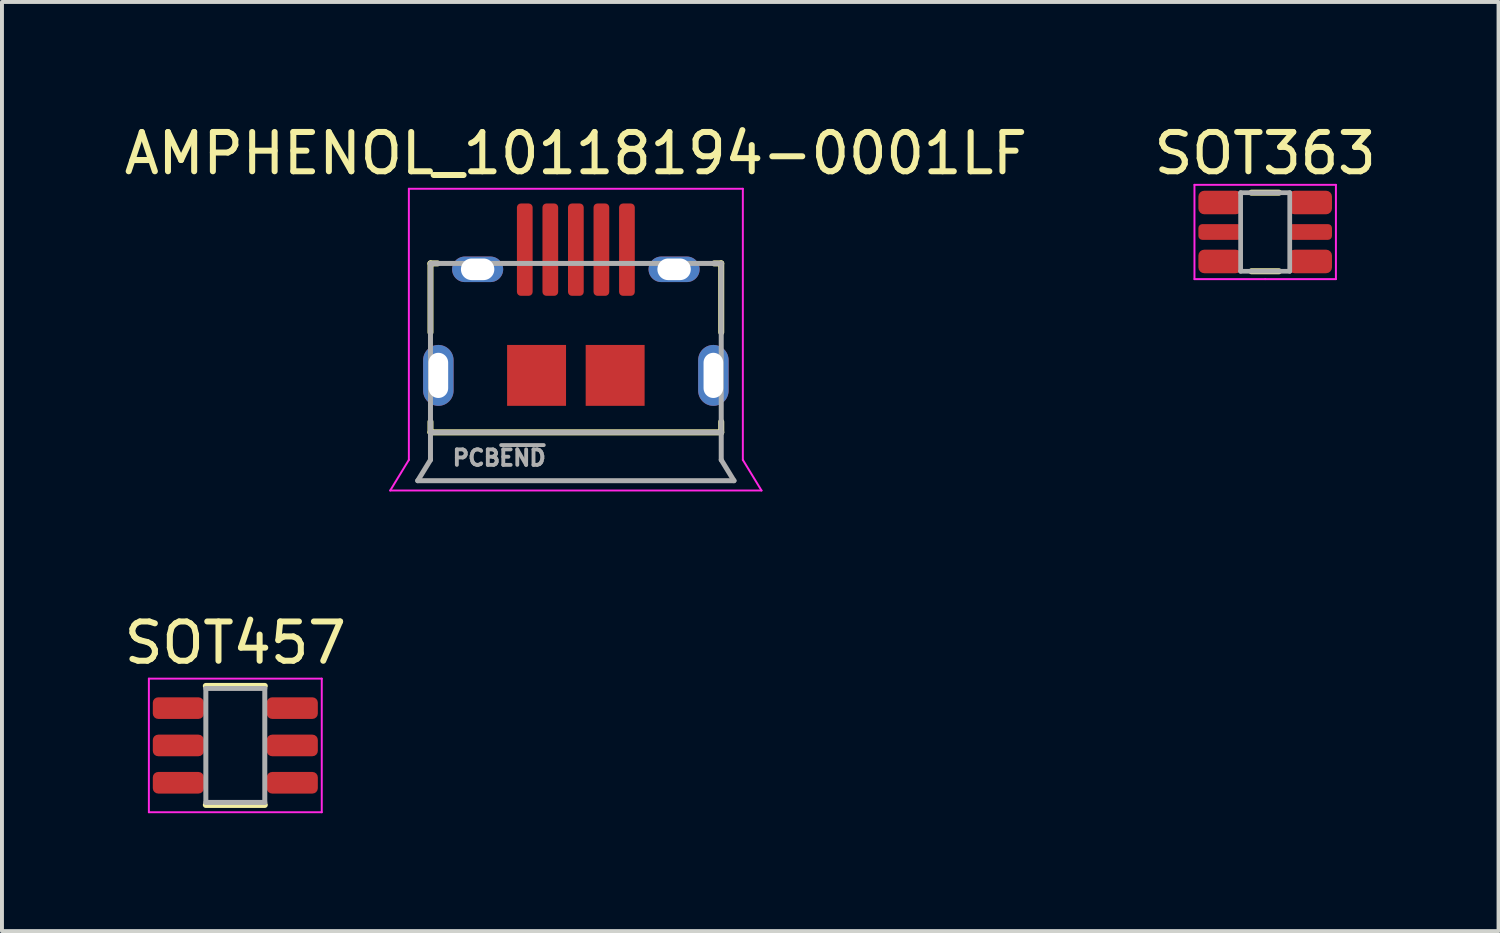
<source format=kicad_pcb>
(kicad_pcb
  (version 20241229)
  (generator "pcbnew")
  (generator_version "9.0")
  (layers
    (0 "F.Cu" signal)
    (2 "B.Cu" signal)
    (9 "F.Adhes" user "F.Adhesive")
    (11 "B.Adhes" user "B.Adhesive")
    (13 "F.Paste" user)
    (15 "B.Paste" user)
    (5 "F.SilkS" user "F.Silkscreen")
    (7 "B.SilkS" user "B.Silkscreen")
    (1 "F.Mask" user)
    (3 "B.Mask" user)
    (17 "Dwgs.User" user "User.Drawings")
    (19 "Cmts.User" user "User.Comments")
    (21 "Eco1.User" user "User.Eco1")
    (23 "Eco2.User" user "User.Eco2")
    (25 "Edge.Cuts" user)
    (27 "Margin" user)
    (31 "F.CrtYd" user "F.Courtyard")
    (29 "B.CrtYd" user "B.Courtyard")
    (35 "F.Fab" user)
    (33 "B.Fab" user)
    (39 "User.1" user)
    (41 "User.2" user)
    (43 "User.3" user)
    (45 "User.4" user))
  (footprint "SOT363"
    (layer "F.Cu")
    (at 29.15 2.854)
    (property "Reference" "SOT363" (at 0 -2 0) (layer "F.SilkS") (effects (font (size 1 1) (thickness 0.153))))
    (attr through_hole)
    (fp_line (start -0.35 -1) (end 0.35 -1) (stroke (width 0.153) (type solid)) (layer "F.SilkS"))
    (fp_line (start -0.35 1) (end 0.35 1) (stroke (width 0.153) (type solid)) (layer "F.SilkS"))
    (fp_line (start -1.8 -1.2) (end -1.8 1.2) (stroke (width 0.05) (type solid)) (layer "F.CrtYd"))
    (fp_line (start -1.8 1.2) (end 0 1.2) (stroke (width 0.05) (type solid)) (layer "F.CrtYd"))
    (fp_line (start 0 1.2) (end 1.8 1.2) (stroke (width 0.05) (type solid)) (layer "F.CrtYd"))
    (fp_line (start 1.8 -1.2) (end -1.8 -1.2) (stroke (width 0.05) (type solid)) (layer "F.CrtYd"))
    (fp_line (start 1.8 1.2) (end 1.8 -1.2) (stroke (width 0.05) (type solid)) (layer "F.CrtYd"))
    (fp_line (start -0.625 -1) (end -0.625 1) (stroke (width 0.12) (type solid)) (layer "F.Fab"))
    (fp_line (start -0.625 1) (end 0.625 1) (stroke (width 0.12) (type solid)) (layer "F.Fab"))
    (fp_line (start 0.625 -1) (end -0.625 -1) (stroke (width 0.12) (type solid)) (layer "F.Fab"))
    (fp_line (start 0.625 1) (end 0.625 -1) (stroke (width 0.12) (type solid)) (layer "F.Fab"))
    (pad "1" smd roundrect (at -1.15 -0.75) (size 1.1 0.6) (layers "F.Cu" "F.Mask" "F.Paste") (roundrect_rratio 0.25))
    (pad "2" smd roundrect (at -1.15 0) (size 1.1 0.4) (layers "F.Cu" "F.Mask" "F.Paste") (roundrect_rratio 0.25))
    (pad "3" smd roundrect (at -1.15 0.75) (size 1.1 0.6) (layers "F.Cu" "F.Mask" "F.Paste") (roundrect_rratio 0.25))
    (pad "4" smd roundrect (at 1.15 0.75) (size 1.1 0.6) (layers "F.Cu" "F.Mask" "F.Paste") (roundrect_rratio 0.25))
    (pad "5" smd roundrect (at 1.15 0) (size 1.1 0.4) (layers "F.Cu" "F.Mask" "F.Paste") (roundrect_rratio 0.25))
    (pad "6" smd roundrect (at 1.15 -0.75) (size 1.1 0.6) (layers "F.Cu" "F.Mask" "F.Paste") (roundrect_rratio 0.25)))
  (footprint "SOT457"
    (layer "F.Cu")
    (at 2.939 15.922)
    (property "Reference" "SOT457" (at 0 -2.61 0) (layer "F.SilkS") (effects (font (size 1 1) (thickness 0.153))))
    (attr through_hole)
    (fp_line (start -0.75 -1.514) (end 0.75 -1.514) (stroke (width 0.153) (type solid)) (layer "F.SilkS"))
    (fp_line (start -0.75 1.514) (end 0.75 1.514) (stroke (width 0.153) (type solid)) (layer "F.SilkS"))
    (fp_line (start -2.2 -1.7) (end -2.2 1.7) (stroke (width 0.05) (type solid)) (layer "F.CrtYd"))
    (fp_line (start -2.2 1.7) (end 2.2 1.7) (stroke (width 0.05) (type solid)) (layer "F.CrtYd"))
    (fp_line (start 2.2 -1.7) (end -2.2 -1.7) (stroke (width 0.05) (type solid)) (layer "F.CrtYd"))
    (fp_line (start 2.2 1.7) (end 2.2 -1.7) (stroke (width 0.05) (type solid)) (layer "F.CrtYd"))
    (fp_line (start -0.75 -1.45) (end 0.75 -1.45) (stroke (width 0.127) (type solid)) (layer "F.Fab"))
    (fp_line (start -0.75 1.45) (end -0.75 -1.45) (stroke (width 0.127) (type solid)) (layer "F.Fab"))
    (fp_line (start 0.75 -1.45) (end 0.75 1.45) (stroke (width 0.127) (type solid)) (layer "F.Fab"))
    (fp_line (start 0.75 1.45) (end -0.75 1.45) (stroke (width 0.127) (type solid)) (layer "F.Fab"))
    (pad "1" smd roundrect (at -1.45 -0.95) (size 1.3 0.55) (layers "F.Cu" "F.Mask" "F.Paste") (roundrect_rratio 0.25))
    (pad "2" smd roundrect (at -1.45 0) (size 1.3 0.55) (layers "F.Cu" "F.Mask" "F.Paste") (roundrect_rratio 0.25))
    (pad "3" smd roundrect (at -1.45 0.95) (size 1.3 0.55) (layers "F.Cu" "F.Mask" "F.Paste") (roundrect_rratio 0.25))
    (pad "4" smd roundrect (at 1.45 0.95) (size 1.3 0.55) (layers "F.Cu" "F.Mask" "F.Paste") (roundrect_rratio 0.25))
    (pad "5" smd roundrect (at 1.45 0) (size 1.3 0.55) (layers "F.Cu" "F.Mask" "F.Paste") (roundrect_rratio 0.25))
    (pad "6" smd roundrect (at 1.45 -0.95) (size 1.3 0.55) (layers "F.Cu" "F.Mask" "F.Paste") (roundrect_rratio 0.25)))
  (footprint "AMPHENOL_10118194-0001LF"
    (layer "F.Cu")
    (at 11.606 6.504)
    (property "Reference" "AMPHENOL_10118194-0001LF" (at 0 -5.65 0) (layer "F.SilkS") (effects (font (size 1 1) (thickness 0.153))))
    (attr through_hole)
    (fp_line (start -3.7 -2.85) (end -3.7 -1.095) (stroke (width 0.153) (type solid)) (layer "F.SilkS"))
    (fp_line (start -3.7 -2.85) (end -3.52 -2.85) (stroke (width 0.153) (type solid)) (layer "F.SilkS"))
    (fp_line (start -3.7 1.45) (end -3.7 1.18) (stroke (width 0.153) (type solid)) (layer "F.SilkS"))
    (fp_line (start -3.7 1.45) (end 3.7 1.45) (stroke (width 0.153) (type solid)) (layer "F.SilkS"))
    (fp_line (start 3.7 -2.85) (end 3.52 -2.85) (stroke (width 0.153) (type solid)) (layer "F.SilkS"))
    (fp_line (start 3.7 -2.85) (end 3.7 -1.095) (stroke (width 0.153) (type solid)) (layer "F.SilkS"))
    (fp_line (start 3.7 1.18) (end 3.7 1.45) (stroke (width 0.153) (type solid)) (layer "F.SilkS"))
    (fp_line (start -3.5 -0.77) (end -3.5 -0.6) (stroke (width 0.0001) (type solid)) (layer "F.Paste"))
    (fp_line (start 3.5 0.77) (end 3.5 0.6) (stroke (width 0.0001) (type solid)) (layer "F.Paste"))
    (fp_line (start -4.725 2.93) (end -4.25 2.15) (stroke (width 0.05) (type solid)) (layer "F.CrtYd"))
    (fp_line (start -4.25 -4.75) (end 4.25 -4.75) (stroke (width 0.05) (type solid)) (layer "F.CrtYd"))
    (fp_line (start -4.25 2.15) (end -4.25 -4.75) (stroke (width 0.05) (type solid)) (layer "F.CrtYd"))
    (fp_line (start 4.25 2.15) (end 4.25 -4.75) (stroke (width 0.05) (type solid)) (layer "F.CrtYd"))
    (fp_line (start 4.725 2.93) (end -4.725 2.93) (stroke (width 0.05) (type solid)) (layer "F.CrtYd"))
    (fp_line (start 4.725 2.93) (end 4.25 2.15) (stroke (width 0.05) (type solid)) (layer "F.CrtYd"))
    (fp_line (start -4.025 2.68) (end 4.025 2.68) (stroke (width 0.127) (type solid)) (layer "F.Fab"))
    (fp_line (start -3.7 -2.85) (end -3.7 1.45) (stroke (width 0.127) (type solid)) (layer "F.Fab"))
    (fp_line (start -3.7 -2.85) (end 3.7 -2.85) (stroke (width 0.127) (type solid)) (layer "F.Fab"))
    (fp_line (start -3.7 1.45) (end -3.7 2.15) (stroke (width 0.127) (type solid)) (layer "F.Fab"))
    (fp_line (start -3.7 1.45) (end 3.7 1.45) (stroke (width 0.127) (type solid)) (layer "F.Fab"))
    (fp_line (start -3.7 2.15) (end -4.025 2.68) (stroke (width 0.127) (type solid)) (layer "F.Fab"))
    (fp_line (start 3.7 1.45) (end 3.7 -2.85) (stroke (width 0.127) (type solid)) (layer "F.Fab"))
    (fp_line (start 3.7 2.15) (end 3.7 1.45) (stroke (width 0.127) (type solid)) (layer "F.Fab"))
    (fp_line (start 4.025 2.68) (end 3.7 2.15) (stroke (width 0.127) (type solid)) (layer "F.Fab"))
    (fp_text user "PCB~{END}" (at -1.95 2.1 0) (layer "F.Fab") (effects (font (size 0.394 0.394) (thickness 0.15))))
    (pad "1" smd roundrect (at -1.3 -3.2) (size 0.4 2.35) (layers "F.Cu" "F.Mask" "F.Paste") (roundrect_rratio 0.25))
    (pad "2" smd roundrect (at -0.65 -3.2) (size 0.4 2.35) (layers "F.Cu" "F.Mask" "F.Paste") (roundrect_rratio 0.25))
    (pad "3" smd roundrect (at 0 -3.2) (size 0.4 2.35) (layers "F.Cu" "F.Mask" "F.Paste") (roundrect_rratio 0.25))
    (pad "4" smd roundrect (at 0.65 -3.2) (size 0.4 2.35) (layers "F.Cu" "F.Mask" "F.Paste") (roundrect_rratio 0.25))
    (pad "5" smd roundrect (at 1.3 -3.2) (size 0.4 2.35) (layers "F.Cu" "F.Mask" "F.Paste") (roundrect_rratio 0.25))
    (pad "6" thru_hole oval (at -3.5 0) (size 0.775 1.55) (drill oval 0.5 1.15) (layers "*.Cu" "*.Mask"))
    (pad "6" thru_hole oval (at -2.5 -2.7) (size 1.3 0.65) (drill oval 0.85 0.55) (layers "*.Cu" "*.Mask"))
    (pad "6" smd rect (at -1 0) (size 1.5 1.55) (layers "F.Cu" "F.Mask" "F.Paste"))
    (pad "6" smd rect (at 1 0) (size 1.5 1.55) (layers "F.Cu" "F.Mask" "F.Paste"))
    (pad "6" thru_hole oval (at 2.5 -2.7) (size 1.3 0.65) (drill oval 0.85 0.55) (layers "*.Cu" "*.Mask"))
    (pad "6" thru_hole oval (at 3.5 0) (size 0.775 1.55) (drill oval 0.5 1.15) (layers "*.Cu" "*.Mask")))
  (gr_rect
    (start -3 -3)
    (end 35.089 20.647)
    (stroke (width 0.1) (type default))
    (fill no)
    (layer "Edge.Cuts")))
</source>
